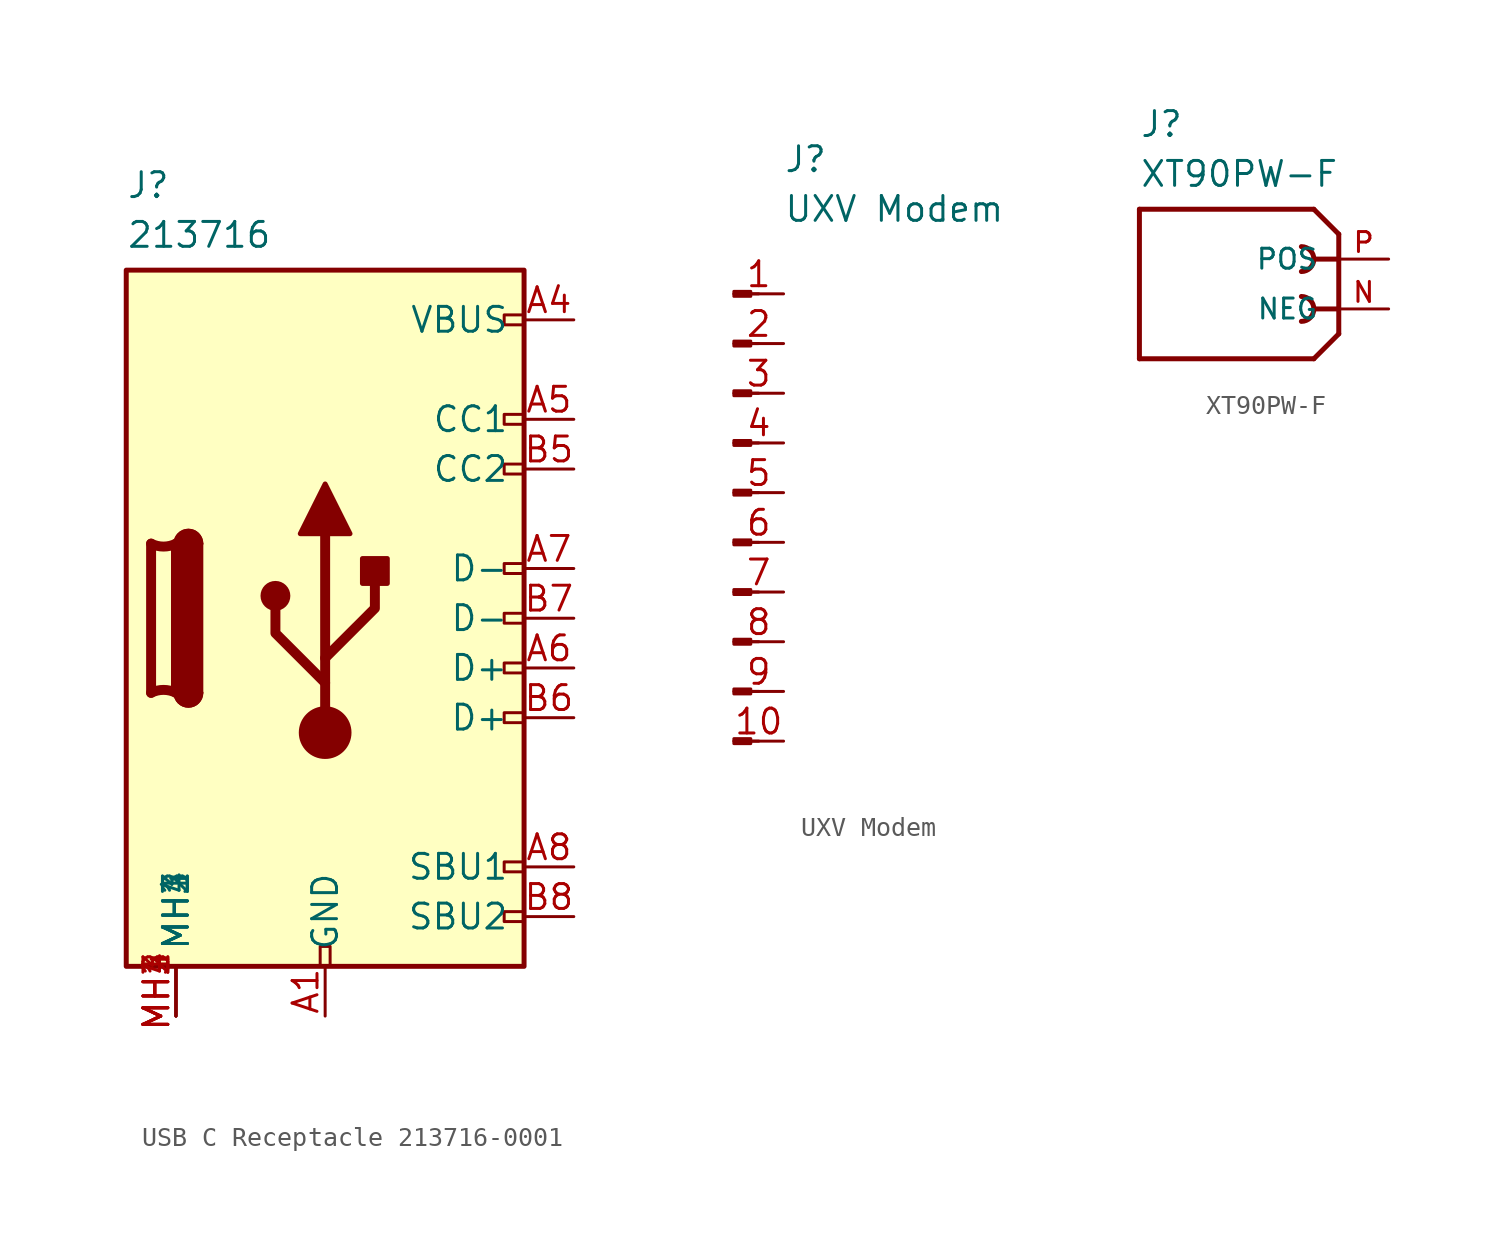
<source format=kicad_sym>
(kicad_symbol_lib
  (version 20241209)
  (generator "kicad_symbol_editor")
  (generator_version "9.0")
  (symbol "USB C Receptacle 213716-0001"
    (pin_names
      (offset 0.762))
    (property "Reference" "J"
      (at -22.86 7.62 0)
      (effects (font (size 1.27 1.27)) (justify left top)))
    (property "Value" "213716"
      (at -22.86 5.08 0)
      (effects (font (size 1.27 1.27)) (justify left top)))
    (symbol "USB C Receptacle 213716-0001_0_0"
      (rectangle (start -12.954 -33.02) (end -12.446 -32.004) (stroke (width 0) (type default)) (fill (type none)))
      (rectangle (start -2.54 0.254) (end -3.556 -0.254) (stroke (width 0) (type default)) (fill (type none)))
      (rectangle (start -2.54 -4.826) (end -3.556 -5.334) (stroke (width 0) (type default)) (fill (type none)))
      (rectangle (start -2.54 -7.366) (end -3.556 -7.874) (stroke (width 0) (type default)) (fill (type none)))
      (rectangle (start -2.54 -12.446) (end -3.556 -12.954) (stroke (width 0) (type default)) (fill (type none)))
      (rectangle (start -2.54 -14.986) (end -3.556 -15.494) (stroke (width 0) (type default)) (fill (type none)))
      (rectangle (start -2.54 -17.526) (end -3.556 -18.034) (stroke (width 0) (type default)) (fill (type none)))
      (rectangle (start -2.54 -20.066) (end -3.556 -20.574) (stroke (width 0) (type default)) (fill (type none)))
      (rectangle (start -2.54 -27.686) (end -3.556 -28.194) (stroke (width 0) (type default)) (fill (type none)))
      (rectangle (start -2.54 -30.226) (end -3.556 -30.734) (stroke (width 0) (type default)) (fill (type none)))
      (pin passive line (at -20.32 -35.56 90) (length 2.54) (name "MH1" (effects (font (size 1.27 1.27)))) (number "MH1" (effects (font (size 1.27 1.27)))))
      (pin passive line (at -20.32 -35.56 90) (length 2.54) (name "MH2" (effects (font (size 1.27 1.27)))) (number "MH2" (effects (font (size 1.27 1.27)))))
      (pin passive line (at -20.32 -35.56 90) (length 2.54) (name "MH3" (effects (font (size 1.27 1.27)))) (number "MH3" (effects (font (size 1.27 1.27)))))
      (pin passive line (at -20.32 -35.56 90) (length 2.54) (name "MH4" (effects (font (size 1.27 1.27)))) (number "MH4" (effects (font (size 1.27 1.27))))))
    (symbol "USB C Receptacle 213716-0001_0_1"
      (rectangle (start -22.86 2.54) (end -2.54 -33.02) (stroke (width 0.254) (type default)) (fill (type background)))
      (polyline (pts (xy -21.59 -19.05) (xy -21.59 -11.43)) (stroke (width 0.508) (type default)) (fill (type none)))
      (arc (start -20.32 -11.43) (mid -20.955 -11.5802) (end -21.59 -11.43) (stroke (width 0.508) (type default)) (fill (type none)))
      (arc (start -21.59 -19.05) (mid -20.955 -18.8998) (end -20.32 -19.05) (stroke (width 0.508) (type default)) (fill (type none)))
      (polyline (pts (xy -20.32 -11.43) (xy -20.32 -19.05)) (stroke (width 0.508) (type default)) (fill (type none)))
      (rectangle (start -20.32 -19.05) (end -19.05 -11.43) (stroke (width 0.254) (type default)) (fill (type outline)))
      (arc (start -20.32 -11.43) (mid -19.685 -10.7977) (end -19.05 -11.43) (stroke (width 0.254) (type default)) (fill (type none)))
      (arc (start -20.32 -11.43) (mid -19.685 -10.7977) (end -19.05 -11.43) (stroke (width 0.254) (type default)) (fill (type outline)))
      (arc (start -19.05 -19.05) (mid -19.685 -19.6823) (end -20.32 -19.05) (stroke (width 0.254) (type default)) (fill (type none)))
      (arc (start -19.05 -19.05) (mid -19.685 -19.6823) (end -20.32 -19.05) (stroke (width 0.254) (type default)) (fill (type outline)))
      (circle (center -15.24 -14.097) (radius 0.635) (stroke (width 0.254) (type default)) (fill (type outline)))
      (polyline (pts (xy -13.97 -10.922) (xy -12.7 -8.382) (xy -11.43 -10.922) (xy -13.97 -10.922)) (stroke (width 0.254) (type default)) (fill (type outline)))
      (polyline (pts (xy -12.7 -17.272) (xy -10.16 -14.732) (xy -10.16 -13.462)) (stroke (width 0.508) (type default)) (fill (type none)))
      (polyline (pts (xy -12.7 -18.542) (xy -15.24 -16.002) (xy -15.24 -14.732)) (stroke (width 0.508) (type default)) (fill (type none)))
      (circle (center -12.7 -21.082) (radius 1.27) (stroke (width 0) (type default)) (fill (type outline)))
      (polyline (pts (xy -12.7 -21.082) (xy -12.7 -10.922)) (stroke (width 0.508) (type default)) (fill (type none)))
      (rectangle (start -10.795 -13.462) (end -9.525 -12.192) (stroke (width 0.254) (type default)) (fill (type outline))))
    (symbol "USB C Receptacle 213716-0001_1_1"
      (pin passive line (at -12.7 -35.56 90) (length 2.54) (name "GND" (effects (font (size 1.27 1.27)))) (number "A1" (effects (font (size 1.27 1.27)))))
      (pin passive line (at -12.7 -35.56 90) (length 2.54) (hide yes) (name "GND" (effects (font (size 1.27 1.27)))) (number "A12" (effects (font (size 1.27 1.27)))))
      (pin passive line (at -12.7 -35.56 90) (length 2.54) (hide yes) (name "GND" (effects (font (size 1.27 1.27)))) (number "B1" (effects (font (size 1.27 1.27)))))
      (pin passive line (at -12.7 -35.56 90) (length 2.54) (hide yes) (name "GND" (effects (font (size 1.27 1.27)))) (number "B12" (effects (font (size 1.27 1.27)))))
      (pin passive line (at 0 0 180) (length 2.54) (name "VBUS" (effects (font (size 1.27 1.27)))) (number "A4" (effects (font (size 1.27 1.27)))))
      (pin passive line (at 0 0 180) (length 2.54) (hide yes) (name "VBUS" (effects (font (size 1.27 1.27)))) (number "A9" (effects (font (size 1.27 1.27)))))
      (pin passive line (at 0 0 180) (length 2.54) (hide yes) (name "VBUS" (effects (font (size 1.27 1.27)))) (number "B4" (effects (font (size 1.27 1.27)))))
      (pin passive line (at 0 0 180) (length 2.54) (hide yes) (name "VBUS" (effects (font (size 1.27 1.27)))) (number "B9" (effects (font (size 1.27 1.27)))))
      (pin bidirectional line (at 0 -5.08 180) (length 2.54) (name "CC1" (effects (font (size 1.27 1.27)))) (number "A5" (effects (font (size 1.27 1.27)))))
      (pin bidirectional line (at 0 -7.62 180) (length 2.54) (name "CC2" (effects (font (size 1.27 1.27)))) (number "B5" (effects (font (size 1.27 1.27)))))
      (pin bidirectional line (at 0 -12.7 180) (length 2.54) (name "D-" (effects (font (size 1.27 1.27)))) (number "A7" (effects (font (size 1.27 1.27)))))
      (pin bidirectional line (at 0 -15.24 180) (length 2.54) (name "D-" (effects (font (size 1.27 1.27)))) (number "B7" (effects (font (size 1.27 1.27)))))
      (pin bidirectional line (at 0 -17.78 180) (length 2.54) (name "D+" (effects (font (size 1.27 1.27)))) (number "A6" (effects (font (size 1.27 1.27)))))
      (pin bidirectional line (at 0 -20.32 180) (length 2.54) (name "D+" (effects (font (size 1.27 1.27)))) (number "B6" (effects (font (size 1.27 1.27)))))
      (pin bidirectional line (at 0 -27.94 180) (length 2.54) (name "SBU1" (effects (font (size 1.27 1.27)))) (number "A8" (effects (font (size 1.27 1.27)))))
      (pin bidirectional line (at 0 -30.48 180) (length 2.54) (name "SBU2" (effects (font (size 1.27 1.27)))) (number "B8" (effects (font (size 1.27 1.27)))))))
  (symbol "UXV Modem"
    (pin_names
      (offset 1.016)
      (hide yes))
    (property "Reference" "J"
      (at 2.54 17.78 0)
      (effects (font (size 1.27 1.27)) (justify left top)))
    (property "Value" "UXV Modem"
      (at 2.54 15.24 0)
      (effects (font (size 1.27 1.27)) (justify left top)))
    (symbol "UXV Modem_1_1"
      (rectangle (start 0.864 10.287) (end 0 10.033) (stroke (width 0.152) (type default)) (fill (type outline)))
      (rectangle (start 0.864 7.747) (end 0 7.493) (stroke (width 0.152) (type default)) (fill (type outline)))
      (rectangle (start 0.864 5.207) (end 0 4.953) (stroke (width 0.152) (type default)) (fill (type outline)))
      (rectangle (start 0.864 2.667) (end 0 2.413) (stroke (width 0.152) (type default)) (fill (type outline)))
      (rectangle (start 0.864 0.127) (end 0 -0.127) (stroke (width 0.152) (type default)) (fill (type outline)))
      (rectangle (start 0.864 -2.413) (end 0 -2.667) (stroke (width 0.152) (type default)) (fill (type outline)))
      (rectangle (start 0.864 -4.953) (end 0 -5.207) (stroke (width 0.152) (type default)) (fill (type outline)))
      (rectangle (start 0.864 -7.493) (end 0 -7.747) (stroke (width 0.152) (type default)) (fill (type outline)))
      (rectangle (start 0.864 -10.033) (end 0 -10.287) (stroke (width 0.152) (type default)) (fill (type outline)))
      (rectangle (start 0.864 -12.573) (end 0 -12.827) (stroke (width 0.152) (type default)) (fill (type outline)))
      (polyline (pts (xy 1.27 10.16) (xy 0.864 10.16)) (stroke (width 0.152) (type default)) (fill (type none)))
      (polyline (pts (xy 1.27 7.62) (xy 0.864 7.62)) (stroke (width 0.152) (type default)) (fill (type none)))
      (polyline (pts (xy 1.27 5.08) (xy 0.864 5.08)) (stroke (width 0.152) (type default)) (fill (type none)))
      (polyline (pts (xy 1.27 2.54) (xy 0.864 2.54)) (stroke (width 0.152) (type default)) (fill (type none)))
      (polyline (pts (xy 1.27 0) (xy 0.864 0)) (stroke (width 0.152) (type default)) (fill (type none)))
      (polyline (pts (xy 1.27 -2.54) (xy 0.864 -2.54)) (stroke (width 0.152) (type default)) (fill (type none)))
      (polyline (pts (xy 1.27 -5.08) (xy 0.864 -5.08)) (stroke (width 0.152) (type default)) (fill (type none)))
      (polyline (pts (xy 1.27 -7.62) (xy 0.864 -7.62)) (stroke (width 0.152) (type default)) (fill (type none)))
      (polyline (pts (xy 1.27 -10.16) (xy 0.864 -10.16)) (stroke (width 0.152) (type default)) (fill (type none)))
      (polyline (pts (xy 1.27 -12.7) (xy 0.864 -12.7)) (stroke (width 0.152) (type default)) (fill (type none)))
      (pin passive line (at 2.54 10.16 180) (length 2.54) (name "Pin_1" (effects (font (size 1.27 1.27)))) (number "1" (effects (font (size 1.27 1.27)))))
      (pin passive line (at 2.54 7.62 180) (length 2.54) (name "Pin_2" (effects (font (size 1.27 1.27)))) (number "2" (effects (font (size 1.27 1.27)))))
      (pin passive line (at 2.54 5.08 180) (length 2.54) (name "Pin_3" (effects (font (size 1.27 1.27)))) (number "3" (effects (font (size 1.27 1.27)))))
      (pin passive line (at 2.54 2.54 180) (length 2.54) (name "Pin_4" (effects (font (size 1.27 1.27)))) (number "4" (effects (font (size 1.27 1.27)))))
      (pin passive line (at 2.54 0 180) (length 2.54) (name "Pin_5" (effects (font (size 1.27 1.27)))) (number "5" (effects (font (size 1.27 1.27)))))
      (pin passive line (at 2.54 -2.54 180) (length 2.54) (name "Pin_6" (effects (font (size 1.27 1.27)))) (number "6" (effects (font (size 1.27 1.27)))))
      (pin passive line (at 2.54 -5.08 180) (length 2.54) (name "Pin_7" (effects (font (size 1.27 1.27)))) (number "7" (effects (font (size 1.27 1.27)))))
      (pin passive line (at 2.54 -7.62 180) (length 2.54) (name "Pin_8" (effects (font (size 1.27 1.27)))) (number "8" (effects (font (size 1.27 1.27)))))
      (pin passive line (at 2.54 -10.16 180) (length 2.54) (name "Pin_9" (effects (font (size 1.27 1.27)))) (number "9" (effects (font (size 1.27 1.27)))))
      (pin passive line (at 2.54 -12.7 180) (length 2.54) (name "Pin_10" (effects (font (size 1.27 1.27)))) (number "10" (effects (font (size 1.27 1.27)))))))
  (symbol "XT90PW-F"
    (pin_names
      (offset 1.016))
    (property "Reference" "J"
      (at -10.16 7.62 0)
      (effects (font (size 1.27 1.27)) (justify left top)))
    (property "Value" "XT90PW-F"
      (at -10.16 5.08 0)
      (effects (font (size 1.27 1.27)) (justify left top)))
    (symbol "XT90PW-F_0_0"
      (polyline (pts (xy -10.16 2.54) (xy -1.27 2.54)) (stroke (width 0.254) (type default)) (fill (type none)))
      (polyline (pts (xy -10.16 -5.08) (xy -10.16 2.54)) (stroke (width 0.254) (type default)) (fill (type none)))
      (arc (start -1.905 0.635) (mid -1.2727 0) (end -1.905 -0.635) (stroke (width 0.254) (type default)) (fill (type none)))
      (arc (start -1.905 -1.905) (mid -1.2727 -2.54) (end -1.905 -3.175) (stroke (width 0.254) (type default)) (fill (type none)))
      (polyline (pts (xy -1.27 -5.08) (xy -10.16 -5.08)) (stroke (width 0.254) (type default)) (fill (type none)))
      (polyline (pts (xy 0 1.27) (xy -1.27 2.54)) (stroke (width 0.254) (type default)) (fill (type none)))
      (polyline (pts (xy 0 1.27) (xy 0 0)) (stroke (width 0.254) (type default)) (fill (type none)))
      (polyline (pts (xy 0 0) (xy -1.27 0)) (stroke (width 0.254) (type default)) (fill (type none)))
      (polyline (pts (xy 0 0) (xy 0 -3.81)) (stroke (width 0.254) (type default)) (fill (type none)))
      (polyline (pts (xy 0 -2.54) (xy -1.27 -2.54)) (stroke (width 0.254) (type default)) (fill (type none)))
      (polyline (pts (xy 0 -3.81) (xy -1.27 -5.08)) (stroke (width 0.254) (type default)) (fill (type none)))
      (pin passive line (at 2.54 0 180) (length 2.54) (name "POS" (effects (font (size 1.016 1.016)))) (number "P" (effects (font (size 1.016 1.016)))))
      (pin passive line (at 2.54 -2.54 180) (length 2.54) (name "NEG" (effects (font (size 1.016 1.016)))) (number "N" (effects (font (size 1.016 1.016))))))))
</source>
